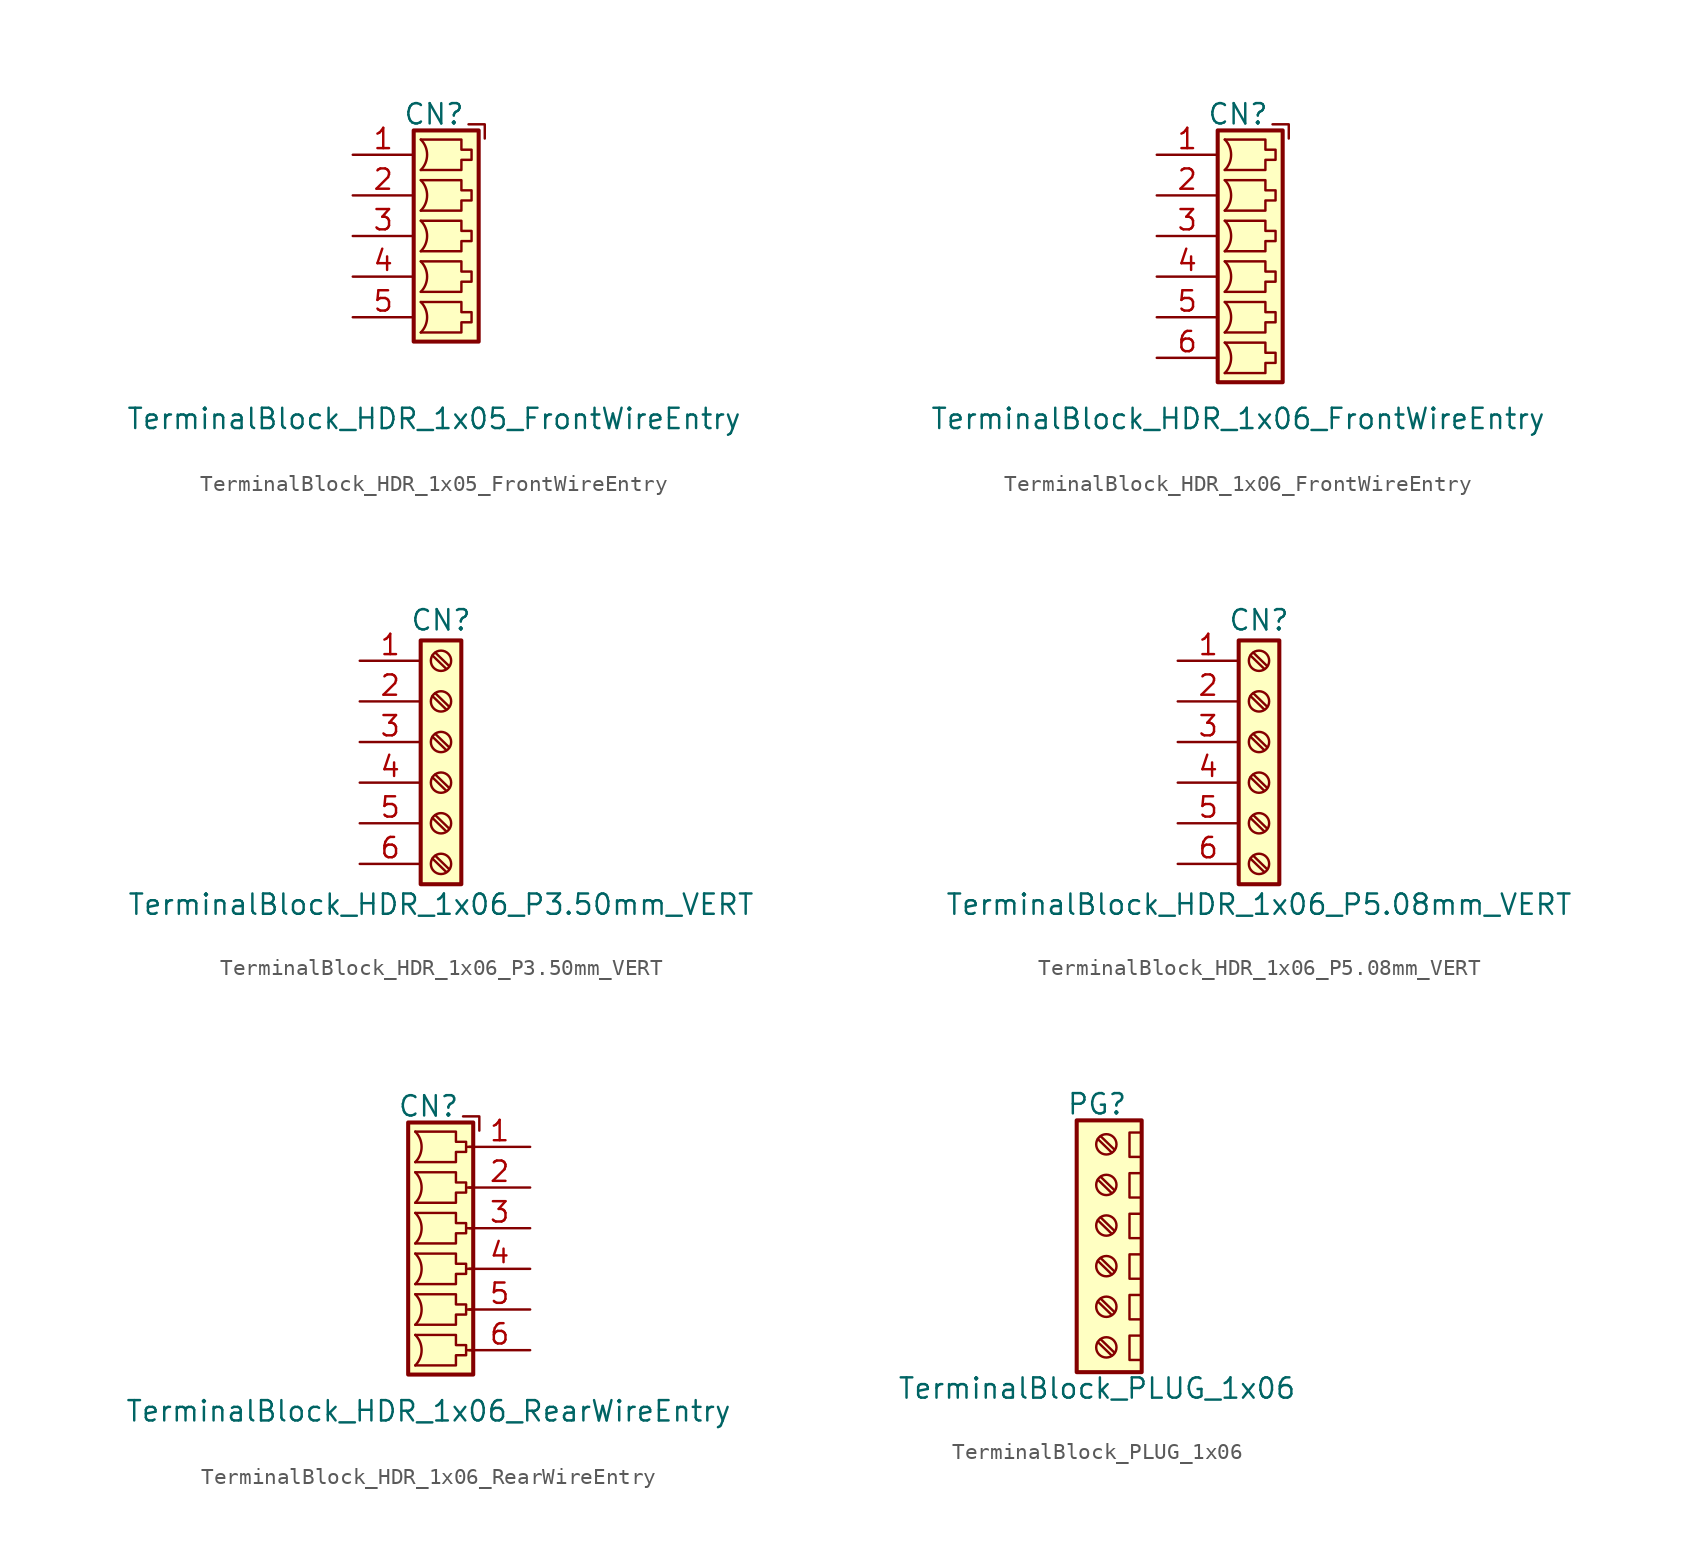
<source format=kicad_sym>
(kicad_symbol_lib
  (version 20241209)
  (generator "kicad_symbol_editor")
  (generator_version "9.0")
  (symbol "TerminalBlock_HDR_1x05_FrontWireEntry"
    (pin_names
      (offset 1.016)
      (hide yes))
    (property "Reference" "CN"
      (at 0 7.62 0)
      (effects (font (size 1.27 1.27))))
    (property "Value" "TerminalBlock_HDR_1x05_FrontWireEntry"
      (at 0 -11.43 0)
      (effects (font (size 1.27 1.27))))
    (symbol "TerminalBlock_HDR_1x05_FrontWireEntry_0_1"
      (arc (start -0.8257 6.0325) (mid -0.4311 5.08) (end -0.8257 4.1275) (stroke (width 0) (type default)) (fill (type none)))
      (arc (start -0.8257 3.4925) (mid -0.4311 2.54) (end -0.8257 1.5875) (stroke (width 0) (type default)) (fill (type none)))
      (arc (start -0.8256 0.9525) (mid -0.431 0) (end -0.8256 -0.9525) (stroke (width 0) (type default)) (fill (type none)))
      (arc (start -0.8256 -1.5875) (mid -0.431 -2.54) (end -0.8256 -3.4925) (stroke (width 0) (type default)) (fill (type none)))
      (arc (start -0.8256 -4.1275) (mid -0.431 -5.08) (end -0.8256 -6.0325) (stroke (width 0) (type default)) (fill (type none)))
      (polyline (pts (xy -0.826 4.128) (xy 1.714 4.128) (xy 1.714 4.763) (xy 2.349 4.763) (xy 2.349 5.397) (xy 1.714 5.397) (xy 1.714 6.032) (xy -0.826 6.032)) (stroke (width 0) (type default)) (fill (type none)))
      (polyline (pts (xy -0.826 1.587) (xy 1.714 1.587) (xy 1.714 2.223) (xy 2.349 2.223) (xy 2.349 2.857) (xy 1.714 2.857) (xy 1.714 3.493) (xy -0.826 3.493)) (stroke (width 0) (type default)) (fill (type none)))
      (polyline (pts (xy -0.826 -0.953) (xy 1.714 -0.953) (xy 1.714 -0.318) (xy 2.349 -0.318) (xy 2.349 0.318) (xy 1.714 0.318) (xy 1.714 0.953) (xy -0.826 0.953)) (stroke (width 0) (type default)) (fill (type none)))
      (polyline (pts (xy -0.826 -3.493) (xy 1.714 -3.493) (xy 1.714 -2.857) (xy 2.349 -2.857) (xy 2.349 -2.223) (xy 1.714 -2.223) (xy 1.714 -1.587) (xy -0.826 -1.587)) (stroke (width 0) (type default)) (fill (type none)))
      (polyline (pts (xy -0.826 -6.032) (xy 1.714 -6.032) (xy 1.714 -5.397) (xy 2.349 -5.397) (xy 2.349 -4.763) (xy 1.714 -4.763) (xy 1.714 -4.128) (xy -0.826 -4.128)) (stroke (width 0) (type default)) (fill (type none)))
      (polyline (pts (xy 2.159 6.985) (xy 3.175 6.985) (xy 3.175 6.096)) (stroke (width 0) (type default)) (fill (type none))))
    (symbol "TerminalBlock_HDR_1x05_FrontWireEntry_1_1"
      (rectangle (start -1.27 6.604) (end 2.794 -6.604) (stroke (width 0.254) (type default)) (fill (type background)))
      (pin passive line (at -5.08 5.08 0) (length 3.81) (name "Pin_1" (effects (font (size 1.27 1.27)))) (number "1" (effects (font (size 1.27 1.27)))))
      (pin passive line (at -5.08 2.54 0) (length 3.81) (name "Pin_2" (effects (font (size 1.27 1.27)))) (number "2" (effects (font (size 1.27 1.27)))))
      (pin passive line (at -5.08 0 0) (length 3.81) (name "Pin_3" (effects (font (size 1.27 1.27)))) (number "3" (effects (font (size 1.27 1.27)))))
      (pin passive line (at -5.08 -2.54 0) (length 3.81) (name "Pin_4" (effects (font (size 1.27 1.27)))) (number "4" (effects (font (size 1.27 1.27)))))
      (pin passive line (at -5.08 -5.08 0) (length 3.81) (name "Pin_5" (effects (font (size 1.27 1.27)))) (number "5" (effects (font (size 1.27 1.27)))))))
  (symbol "TerminalBlock_HDR_1x06_FrontWireEntry"
    (pin_names
      (offset 1.016)
      (hide yes))
    (property "Reference" "CN"
      (at 0 7.62 0)
      (effects (font (size 1.27 1.27))))
    (property "Value" "TerminalBlock_HDR_1x06_FrontWireEntry"
      (at 0 -11.43 0)
      (effects (font (size 1.27 1.27))))
    (symbol "TerminalBlock_HDR_1x06_FrontWireEntry_0_1"
      (arc (start -0.8257 6.0325) (mid -0.4311 5.08) (end -0.8257 4.1275) (stroke (width 0) (type default)) (fill (type none)))
      (arc (start -0.8257 3.4925) (mid -0.4311 2.54) (end -0.8257 1.5875) (stroke (width 0) (type default)) (fill (type none)))
      (arc (start -0.8256 0.9525) (mid -0.431 0) (end -0.8256 -0.9525) (stroke (width 0) (type default)) (fill (type none)))
      (arc (start -0.8256 -1.5875) (mid -0.431 -2.54) (end -0.8256 -3.4925) (stroke (width 0) (type default)) (fill (type none)))
      (arc (start -0.8256 -4.1275) (mid -0.431 -5.08) (end -0.8256 -6.0325) (stroke (width 0) (type default)) (fill (type none)))
      (arc (start -0.8256 -6.6675) (mid -0.431 -7.62) (end -0.8256 -8.5725) (stroke (width 0) (type default)) (fill (type none)))
      (polyline (pts (xy -0.826 4.128) (xy 1.714 4.128) (xy 1.714 4.763) (xy 2.349 4.763) (xy 2.349 5.397) (xy 1.714 5.397) (xy 1.714 6.032) (xy -0.826 6.032)) (stroke (width 0) (type default)) (fill (type none)))
      (polyline (pts (xy -0.826 1.587) (xy 1.714 1.587) (xy 1.714 2.223) (xy 2.349 2.223) (xy 2.349 2.857) (xy 1.714 2.857) (xy 1.714 3.493) (xy -0.826 3.493)) (stroke (width 0) (type default)) (fill (type none)))
      (polyline (pts (xy -0.826 -0.953) (xy 1.714 -0.953) (xy 1.714 -0.318) (xy 2.349 -0.318) (xy 2.349 0.318) (xy 1.714 0.318) (xy 1.714 0.953) (xy -0.826 0.953)) (stroke (width 0) (type default)) (fill (type none)))
      (polyline (pts (xy -0.826 -3.493) (xy 1.714 -3.493) (xy 1.714 -2.857) (xy 2.349 -2.857) (xy 2.349 -2.223) (xy 1.714 -2.223) (xy 1.714 -1.587) (xy -0.826 -1.587)) (stroke (width 0) (type default)) (fill (type none)))
      (polyline (pts (xy -0.826 -6.032) (xy 1.714 -6.032) (xy 1.714 -5.397) (xy 2.349 -5.397) (xy 2.349 -4.763) (xy 1.714 -4.763) (xy 1.714 -4.128) (xy -0.826 -4.128)) (stroke (width 0) (type default)) (fill (type none)))
      (polyline (pts (xy -0.826 -8.572) (xy 1.714 -8.572) (xy 1.714 -7.938) (xy 2.349 -7.938) (xy 2.349 -7.303) (xy 1.714 -7.303) (xy 1.714 -6.668) (xy -0.826 -6.668)) (stroke (width 0) (type default)) (fill (type none)))
      (polyline (pts (xy 2.159 6.985) (xy 3.175 6.985) (xy 3.175 6.096)) (stroke (width 0) (type default)) (fill (type none))))
    (symbol "TerminalBlock_HDR_1x06_FrontWireEntry_1_1"
      (rectangle (start -1.27 6.604) (end 2.794 -9.144) (stroke (width 0.254) (type default)) (fill (type background)))
      (pin passive line (at -5.08 5.08 0) (length 3.81) (name "Pin_1" (effects (font (size 1.27 1.27)))) (number "1" (effects (font (size 1.27 1.27)))))
      (pin passive line (at -5.08 2.54 0) (length 3.81) (name "Pin_2" (effects (font (size 1.27 1.27)))) (number "2" (effects (font (size 1.27 1.27)))))
      (pin passive line (at -5.08 0 0) (length 3.81) (name "Pin_3" (effects (font (size 1.27 1.27)))) (number "3" (effects (font (size 1.27 1.27)))))
      (pin passive line (at -5.08 -2.54 0) (length 3.81) (name "Pin_4" (effects (font (size 1.27 1.27)))) (number "4" (effects (font (size 1.27 1.27)))))
      (pin passive line (at -5.08 -5.08 0) (length 3.81) (name "Pin_5" (effects (font (size 1.27 1.27)))) (number "5" (effects (font (size 1.27 1.27)))))
      (pin passive line (at -5.08 -7.62 0) (length 3.81) (name "Pin_6" (effects (font (size 1.27 1.27)))) (number "6" (effects (font (size 1.27 1.27)))))))
  (symbol "TerminalBlock_HDR_1x06_P3.50mm_VERT"
    (pin_names
      (offset 1.016)
      (hide yes))
    (property "Reference" "CN"
      (at 0 7.62 0)
      (effects (font (size 1.27 1.27))))
    (property "Value" "TerminalBlock_HDR_1x06_P3.50mm_VERT"
      (at 0 -10.16 0)
      (effects (font (size 1.27 1.27))))
    (symbol "TerminalBlock_HDR_1x06_P3.50mm_VERT_1_1"
      (rectangle (start -1.27 6.35) (end 1.27 -8.89) (stroke (width 0.254) (type default)) (fill (type background)))
      (polyline (pts (xy -0.533 5.41) (xy 0.33 4.572)) (stroke (width 0.152) (type default)) (fill (type none)))
      (polyline (pts (xy -0.533 2.87) (xy 0.33 2.032)) (stroke (width 0.152) (type default)) (fill (type none)))
      (polyline (pts (xy -0.533 0.33) (xy 0.33 -0.508)) (stroke (width 0.152) (type default)) (fill (type none)))
      (polyline (pts (xy -0.533 -2.21) (xy 0.33 -3.048)) (stroke (width 0.152) (type default)) (fill (type none)))
      (polyline (pts (xy -0.533 -4.75) (xy 0.33 -5.588)) (stroke (width 0.152) (type default)) (fill (type none)))
      (polyline (pts (xy -0.533 -7.29) (xy 0.33 -8.128)) (stroke (width 0.152) (type default)) (fill (type none)))
      (polyline (pts (xy -0.356 5.588) (xy 0.508 4.75)) (stroke (width 0.152) (type default)) (fill (type none)))
      (polyline (pts (xy -0.356 3.048) (xy 0.508 2.21)) (stroke (width 0.152) (type default)) (fill (type none)))
      (polyline (pts (xy -0.356 0.508) (xy 0.508 -0.33)) (stroke (width 0.152) (type default)) (fill (type none)))
      (polyline (pts (xy -0.356 -2.032) (xy 0.508 -2.87)) (stroke (width 0.152) (type default)) (fill (type none)))
      (polyline (pts (xy -0.356 -4.572) (xy 0.508 -5.41)) (stroke (width 0.152) (type default)) (fill (type none)))
      (polyline (pts (xy -0.356 -7.112) (xy 0.508 -7.95)) (stroke (width 0.152) (type default)) (fill (type none)))
      (circle (center 0 5.08) (radius 0.635) (stroke (width 0.152) (type default)) (fill (type none)))
      (circle (center 0 2.54) (radius 0.635) (stroke (width 0.152) (type default)) (fill (type none)))
      (circle (center 0 0) (radius 0.635) (stroke (width 0.152) (type default)) (fill (type none)))
      (circle (center 0 -2.54) (radius 0.635) (stroke (width 0.152) (type default)) (fill (type none)))
      (circle (center 0 -5.08) (radius 0.635) (stroke (width 0.152) (type default)) (fill (type none)))
      (circle (center 0 -7.62) (radius 0.635) (stroke (width 0.152) (type default)) (fill (type none)))
      (pin passive line (at -5.08 5.08 0) (length 3.81) (name "Pin_1" (effects (font (size 1.27 1.27)))) (number "1" (effects (font (size 1.27 1.27)))))
      (pin passive line (at -5.08 2.54 0) (length 3.81) (name "Pin_2" (effects (font (size 1.27 1.27)))) (number "2" (effects (font (size 1.27 1.27)))))
      (pin passive line (at -5.08 0 0) (length 3.81) (name "Pin_3" (effects (font (size 1.27 1.27)))) (number "3" (effects (font (size 1.27 1.27)))))
      (pin passive line (at -5.08 -2.54 0) (length 3.81) (name "Pin_4" (effects (font (size 1.27 1.27)))) (number "4" (effects (font (size 1.27 1.27)))))
      (pin passive line (at -5.08 -5.08 0) (length 3.81) (name "Pin_5" (effects (font (size 1.27 1.27)))) (number "5" (effects (font (size 1.27 1.27)))))
      (pin passive line (at -5.08 -7.62 0) (length 3.81) (name "Pin_6" (effects (font (size 1.27 1.27)))) (number "6" (effects (font (size 1.27 1.27)))))))
  (symbol "TerminalBlock_HDR_1x06_P5.08mm_VERT"
    (pin_names
      (offset 1.016)
      (hide yes))
    (property "Reference" "CN"
      (at 0 7.62 0)
      (effects (font (size 1.27 1.27))))
    (property "Value" "TerminalBlock_HDR_1x06_P5.08mm_VERT"
      (at 0 -10.16 0)
      (effects (font (size 1.27 1.27))))
    (symbol "TerminalBlock_HDR_1x06_P5.08mm_VERT_1_1"
      (rectangle (start -1.27 6.35) (end 1.27 -8.89) (stroke (width 0.254) (type default)) (fill (type background)))
      (polyline (pts (xy -0.533 5.41) (xy 0.33 4.572)) (stroke (width 0.152) (type default)) (fill (type none)))
      (polyline (pts (xy -0.533 2.87) (xy 0.33 2.032)) (stroke (width 0.152) (type default)) (fill (type none)))
      (polyline (pts (xy -0.533 0.33) (xy 0.33 -0.508)) (stroke (width 0.152) (type default)) (fill (type none)))
      (polyline (pts (xy -0.533 -2.21) (xy 0.33 -3.048)) (stroke (width 0.152) (type default)) (fill (type none)))
      (polyline (pts (xy -0.533 -4.75) (xy 0.33 -5.588)) (stroke (width 0.152) (type default)) (fill (type none)))
      (polyline (pts (xy -0.533 -7.29) (xy 0.33 -8.128)) (stroke (width 0.152) (type default)) (fill (type none)))
      (polyline (pts (xy -0.356 5.588) (xy 0.508 4.75)) (stroke (width 0.152) (type default)) (fill (type none)))
      (polyline (pts (xy -0.356 3.048) (xy 0.508 2.21)) (stroke (width 0.152) (type default)) (fill (type none)))
      (polyline (pts (xy -0.356 0.508) (xy 0.508 -0.33)) (stroke (width 0.152) (type default)) (fill (type none)))
      (polyline (pts (xy -0.356 -2.032) (xy 0.508 -2.87)) (stroke (width 0.152) (type default)) (fill (type none)))
      (polyline (pts (xy -0.356 -4.572) (xy 0.508 -5.41)) (stroke (width 0.152) (type default)) (fill (type none)))
      (polyline (pts (xy -0.356 -7.112) (xy 0.508 -7.95)) (stroke (width 0.152) (type default)) (fill (type none)))
      (circle (center 0 5.08) (radius 0.635) (stroke (width 0.152) (type default)) (fill (type none)))
      (circle (center 0 2.54) (radius 0.635) (stroke (width 0.152) (type default)) (fill (type none)))
      (circle (center 0 0) (radius 0.635) (stroke (width 0.152) (type default)) (fill (type none)))
      (circle (center 0 -2.54) (radius 0.635) (stroke (width 0.152) (type default)) (fill (type none)))
      (circle (center 0 -5.08) (radius 0.635) (stroke (width 0.152) (type default)) (fill (type none)))
      (circle (center 0 -7.62) (radius 0.635) (stroke (width 0.152) (type default)) (fill (type none)))
      (pin passive line (at -5.08 5.08 0) (length 3.81) (name "Pin_1" (effects (font (size 1.27 1.27)))) (number "1" (effects (font (size 1.27 1.27)))))
      (pin passive line (at -5.08 2.54 0) (length 3.81) (name "Pin_2" (effects (font (size 1.27 1.27)))) (number "2" (effects (font (size 1.27 1.27)))))
      (pin passive line (at -5.08 0 0) (length 3.81) (name "Pin_3" (effects (font (size 1.27 1.27)))) (number "3" (effects (font (size 1.27 1.27)))))
      (pin passive line (at -5.08 -2.54 0) (length 3.81) (name "Pin_4" (effects (font (size 1.27 1.27)))) (number "4" (effects (font (size 1.27 1.27)))))
      (pin passive line (at -5.08 -5.08 0) (length 3.81) (name "Pin_5" (effects (font (size 1.27 1.27)))) (number "5" (effects (font (size 1.27 1.27)))))
      (pin passive line (at -5.08 -7.62 0) (length 3.81) (name "Pin_6" (effects (font (size 1.27 1.27)))) (number "6" (effects (font (size 1.27 1.27)))))))
  (symbol "TerminalBlock_HDR_1x06_RearWireEntry"
    (pin_names
      (offset 1.016)
      (hide yes))
    (property "Reference" "CN"
      (at 0 7.62 0)
      (effects (font (size 1.27 1.27))))
    (property "Value" "TerminalBlock_HDR_1x06_RearWireEntry"
      (at 0 -11.43 0)
      (effects (font (size 1.27 1.27))))
    (symbol "TerminalBlock_HDR_1x06_RearWireEntry_0_1"
      (arc (start -0.8257 6.0325) (mid -0.4311 5.08) (end -0.8257 4.1275) (stroke (width 0) (type default)) (fill (type none)))
      (arc (start -0.8257 3.4925) (mid -0.4311 2.54) (end -0.8257 1.5875) (stroke (width 0) (type default)) (fill (type none)))
      (arc (start -0.8256 0.9525) (mid -0.431 0) (end -0.8256 -0.9525) (stroke (width 0) (type default)) (fill (type none)))
      (arc (start -0.8256 -1.5875) (mid -0.431 -2.54) (end -0.8256 -3.4925) (stroke (width 0) (type default)) (fill (type none)))
      (arc (start -0.8256 -4.1275) (mid -0.431 -5.08) (end -0.8256 -6.0325) (stroke (width 0) (type default)) (fill (type none)))
      (arc (start -0.8256 -6.6675) (mid -0.431 -7.62) (end -0.8256 -8.5725) (stroke (width 0) (type default)) (fill (type none)))
      (polyline (pts (xy -0.826 4.128) (xy 1.714 4.128) (xy 1.714 4.763) (xy 2.349 4.763) (xy 2.349 5.397) (xy 1.714 5.397) (xy 1.714 6.032) (xy -0.826 6.032)) (stroke (width 0) (type default)) (fill (type none)))
      (polyline (pts (xy -0.826 1.587) (xy 1.714 1.587) (xy 1.714 2.223) (xy 2.349 2.223) (xy 2.349 2.857) (xy 1.714 2.857) (xy 1.714 3.493) (xy -0.826 3.493)) (stroke (width 0) (type default)) (fill (type none)))
      (polyline (pts (xy -0.826 -0.953) (xy 1.714 -0.953) (xy 1.714 -0.318) (xy 2.349 -0.318) (xy 2.349 0.318) (xy 1.714 0.318) (xy 1.714 0.953) (xy -0.826 0.953)) (stroke (width 0) (type default)) (fill (type none)))
      (polyline (pts (xy -0.826 -3.493) (xy 1.714 -3.493) (xy 1.714 -2.857) (xy 2.349 -2.857) (xy 2.349 -2.223) (xy 1.714 -2.223) (xy 1.714 -1.587) (xy -0.826 -1.587)) (stroke (width 0) (type default)) (fill (type none)))
      (polyline (pts (xy -0.826 -6.032) (xy 1.714 -6.032) (xy 1.714 -5.397) (xy 2.349 -5.397) (xy 2.349 -4.763) (xy 1.714 -4.763) (xy 1.714 -4.128) (xy -0.826 -4.128)) (stroke (width 0) (type default)) (fill (type none)))
      (polyline (pts (xy -0.826 -8.572) (xy 1.714 -8.572) (xy 1.714 -7.938) (xy 2.349 -7.938) (xy 2.349 -7.303) (xy 1.714 -7.303) (xy 1.714 -6.668) (xy -0.826 -6.668)) (stroke (width 0) (type default)) (fill (type none)))
      (polyline (pts (xy 2.159 6.985) (xy 3.175 6.985) (xy 3.175 6.096)) (stroke (width 0) (type default)) (fill (type none)))
      (polyline (pts (xy 2.413 5.08) (xy 2.794 5.08)) (stroke (width 0) (type default)) (fill (type none)))
      (polyline (pts (xy 2.413 2.54) (xy 2.667 2.54)) (stroke (width 0) (type default)) (fill (type none)))
      (polyline (pts (xy 2.413 0) (xy 2.794 0)) (stroke (width 0) (type default)) (fill (type none)))
      (polyline (pts (xy 2.413 -2.54) (xy 2.794 -2.54)) (stroke (width 0) (type default)) (fill (type none)))
      (polyline (pts (xy 2.413 -5.08) (xy 2.794 -5.08)) (stroke (width 0) (type default)) (fill (type none)))
      (polyline (pts (xy 2.413 -7.62) (xy 2.794 -7.62)) (stroke (width 0) (type default)) (fill (type none))))
    (symbol "TerminalBlock_HDR_1x06_RearWireEntry_1_1"
      (rectangle (start -1.27 6.604) (end 2.794 -9.144) (stroke (width 0.254) (type default)) (fill (type background)))
      (pin passive line (at 6.35 5.08 180) (length 3.81) (name "Pin_1" (effects (font (size 1.27 1.27)))) (number "1" (effects (font (size 1.27 1.27)))))
      (pin passive line (at 6.35 2.54 180) (length 3.81) (name "Pin_2" (effects (font (size 1.27 1.27)))) (number "2" (effects (font (size 1.27 1.27)))))
      (pin passive line (at 6.35 0 180) (length 3.81) (name "Pin_3" (effects (font (size 1.27 1.27)))) (number "3" (effects (font (size 1.27 1.27)))))
      (pin passive line (at 6.35 -2.54 180) (length 3.81) (name "Pin_4" (effects (font (size 1.27 1.27)))) (number "4" (effects (font (size 1.27 1.27)))))
      (pin passive line (at 6.35 -5.08 180) (length 3.81) (name "Pin_5" (effects (font (size 1.27 1.27)))) (number "5" (effects (font (size 1.27 1.27)))))
      (pin passive line (at 6.35 -7.62 180) (length 3.81) (name "Pin_6" (effects (font (size 1.27 1.27)))) (number "6" (effects (font (size 1.27 1.27)))))))
  (symbol "TerminalBlock_PLUG_1x06"
    (pin_names
      (offset 1.016)
      (hide yes))
    (property "Reference" "PG"
      (at 0 7.62 0)
      (effects (font (size 1.27 1.27))))
    (property "Value" "TerminalBlock_PLUG_1x06"
      (at 0 -10.16 0)
      (effects (font (size 1.27 1.27))))
    (symbol "TerminalBlock_PLUG_1x06_0_1"
      (polyline (pts (xy 2.794 5.842) (xy 2.032 5.842) (xy 2.032 4.318) (xy 2.794 4.318)) (stroke (width 0) (type default)) (fill (type none)))
      (polyline (pts (xy 2.794 3.302) (xy 2.032 3.302) (xy 2.032 1.778) (xy 2.794 1.778)) (stroke (width 0) (type default)) (fill (type none)))
      (polyline (pts (xy 2.794 0.762) (xy 2.032 0.762) (xy 2.032 -0.762) (xy 2.794 -0.762)) (stroke (width 0) (type default)) (fill (type none)))
      (polyline (pts (xy 2.794 -1.778) (xy 2.032 -1.778) (xy 2.032 -3.302) (xy 2.794 -3.302)) (stroke (width 0) (type default)) (fill (type none)))
      (polyline (pts (xy 2.794 -4.318) (xy 2.032 -4.318) (xy 2.032 -5.842) (xy 2.794 -5.842)) (stroke (width 0) (type default)) (fill (type none)))
      (polyline (pts (xy 2.794 -6.858) (xy 2.032 -6.858) (xy 2.032 -8.382) (xy 2.794 -8.382)) (stroke (width 0) (type default)) (fill (type none))))
    (symbol "TerminalBlock_PLUG_1x06_1_1"
      (rectangle (start -1.27 6.604) (end 2.794 -9.144) (stroke (width 0.254) (type default)) (fill (type background)))
      (polyline (pts (xy 0.051 5.436) (xy 0.914 4.597)) (stroke (width 0.152) (type default)) (fill (type none)))
      (polyline (pts (xy 0.051 2.896) (xy 0.914 2.057)) (stroke (width 0.152) (type default)) (fill (type none)))
      (polyline (pts (xy 0.051 0.356) (xy 0.914 -0.483)) (stroke (width 0.152) (type default)) (fill (type none)))
      (polyline (pts (xy 0.051 -2.184) (xy 0.914 -3.023)) (stroke (width 0.152) (type default)) (fill (type none)))
      (polyline (pts (xy 0.051 -4.724) (xy 0.914 -5.563)) (stroke (width 0.152) (type default)) (fill (type none)))
      (polyline (pts (xy 0.051 -7.264) (xy 0.914 -8.103)) (stroke (width 0.152) (type default)) (fill (type none)))
      (polyline (pts (xy 0.229 5.613) (xy 1.092 4.775)) (stroke (width 0.152) (type default)) (fill (type none)))
      (polyline (pts (xy 0.229 3.073) (xy 1.092 2.235)) (stroke (width 0.152) (type default)) (fill (type none)))
      (polyline (pts (xy 0.229 0.533) (xy 1.092 -0.305)) (stroke (width 0.152) (type default)) (fill (type none)))
      (polyline (pts (xy 0.229 -2.007) (xy 1.092 -2.845)) (stroke (width 0.152) (type default)) (fill (type none)))
      (polyline (pts (xy 0.229 -4.547) (xy 1.092 -5.385)) (stroke (width 0.152) (type default)) (fill (type none)))
      (polyline (pts (xy 0.229 -7.087) (xy 1.092 -7.925)) (stroke (width 0.152) (type default)) (fill (type none)))
      (circle (center 0.584 5.105) (radius 0.635) (stroke (width 0.152) (type default)) (fill (type none)))
      (circle (center 0.584 2.565) (radius 0.635) (stroke (width 0.152) (type default)) (fill (type none)))
      (circle (center 0.584 0.025) (radius 0.635) (stroke (width 0.152) (type default)) (fill (type none)))
      (circle (center 0.584 -2.515) (radius 0.635) (stroke (width 0.152) (type default)) (fill (type none)))
      (circle (center 0.584 -5.055) (radius 0.635) (stroke (width 0.152) (type default)) (fill (type none)))
      (circle (center 0.584 -7.595) (radius 0.635) (stroke (width 0.152) (type default)) (fill (type none))))))
</source>
